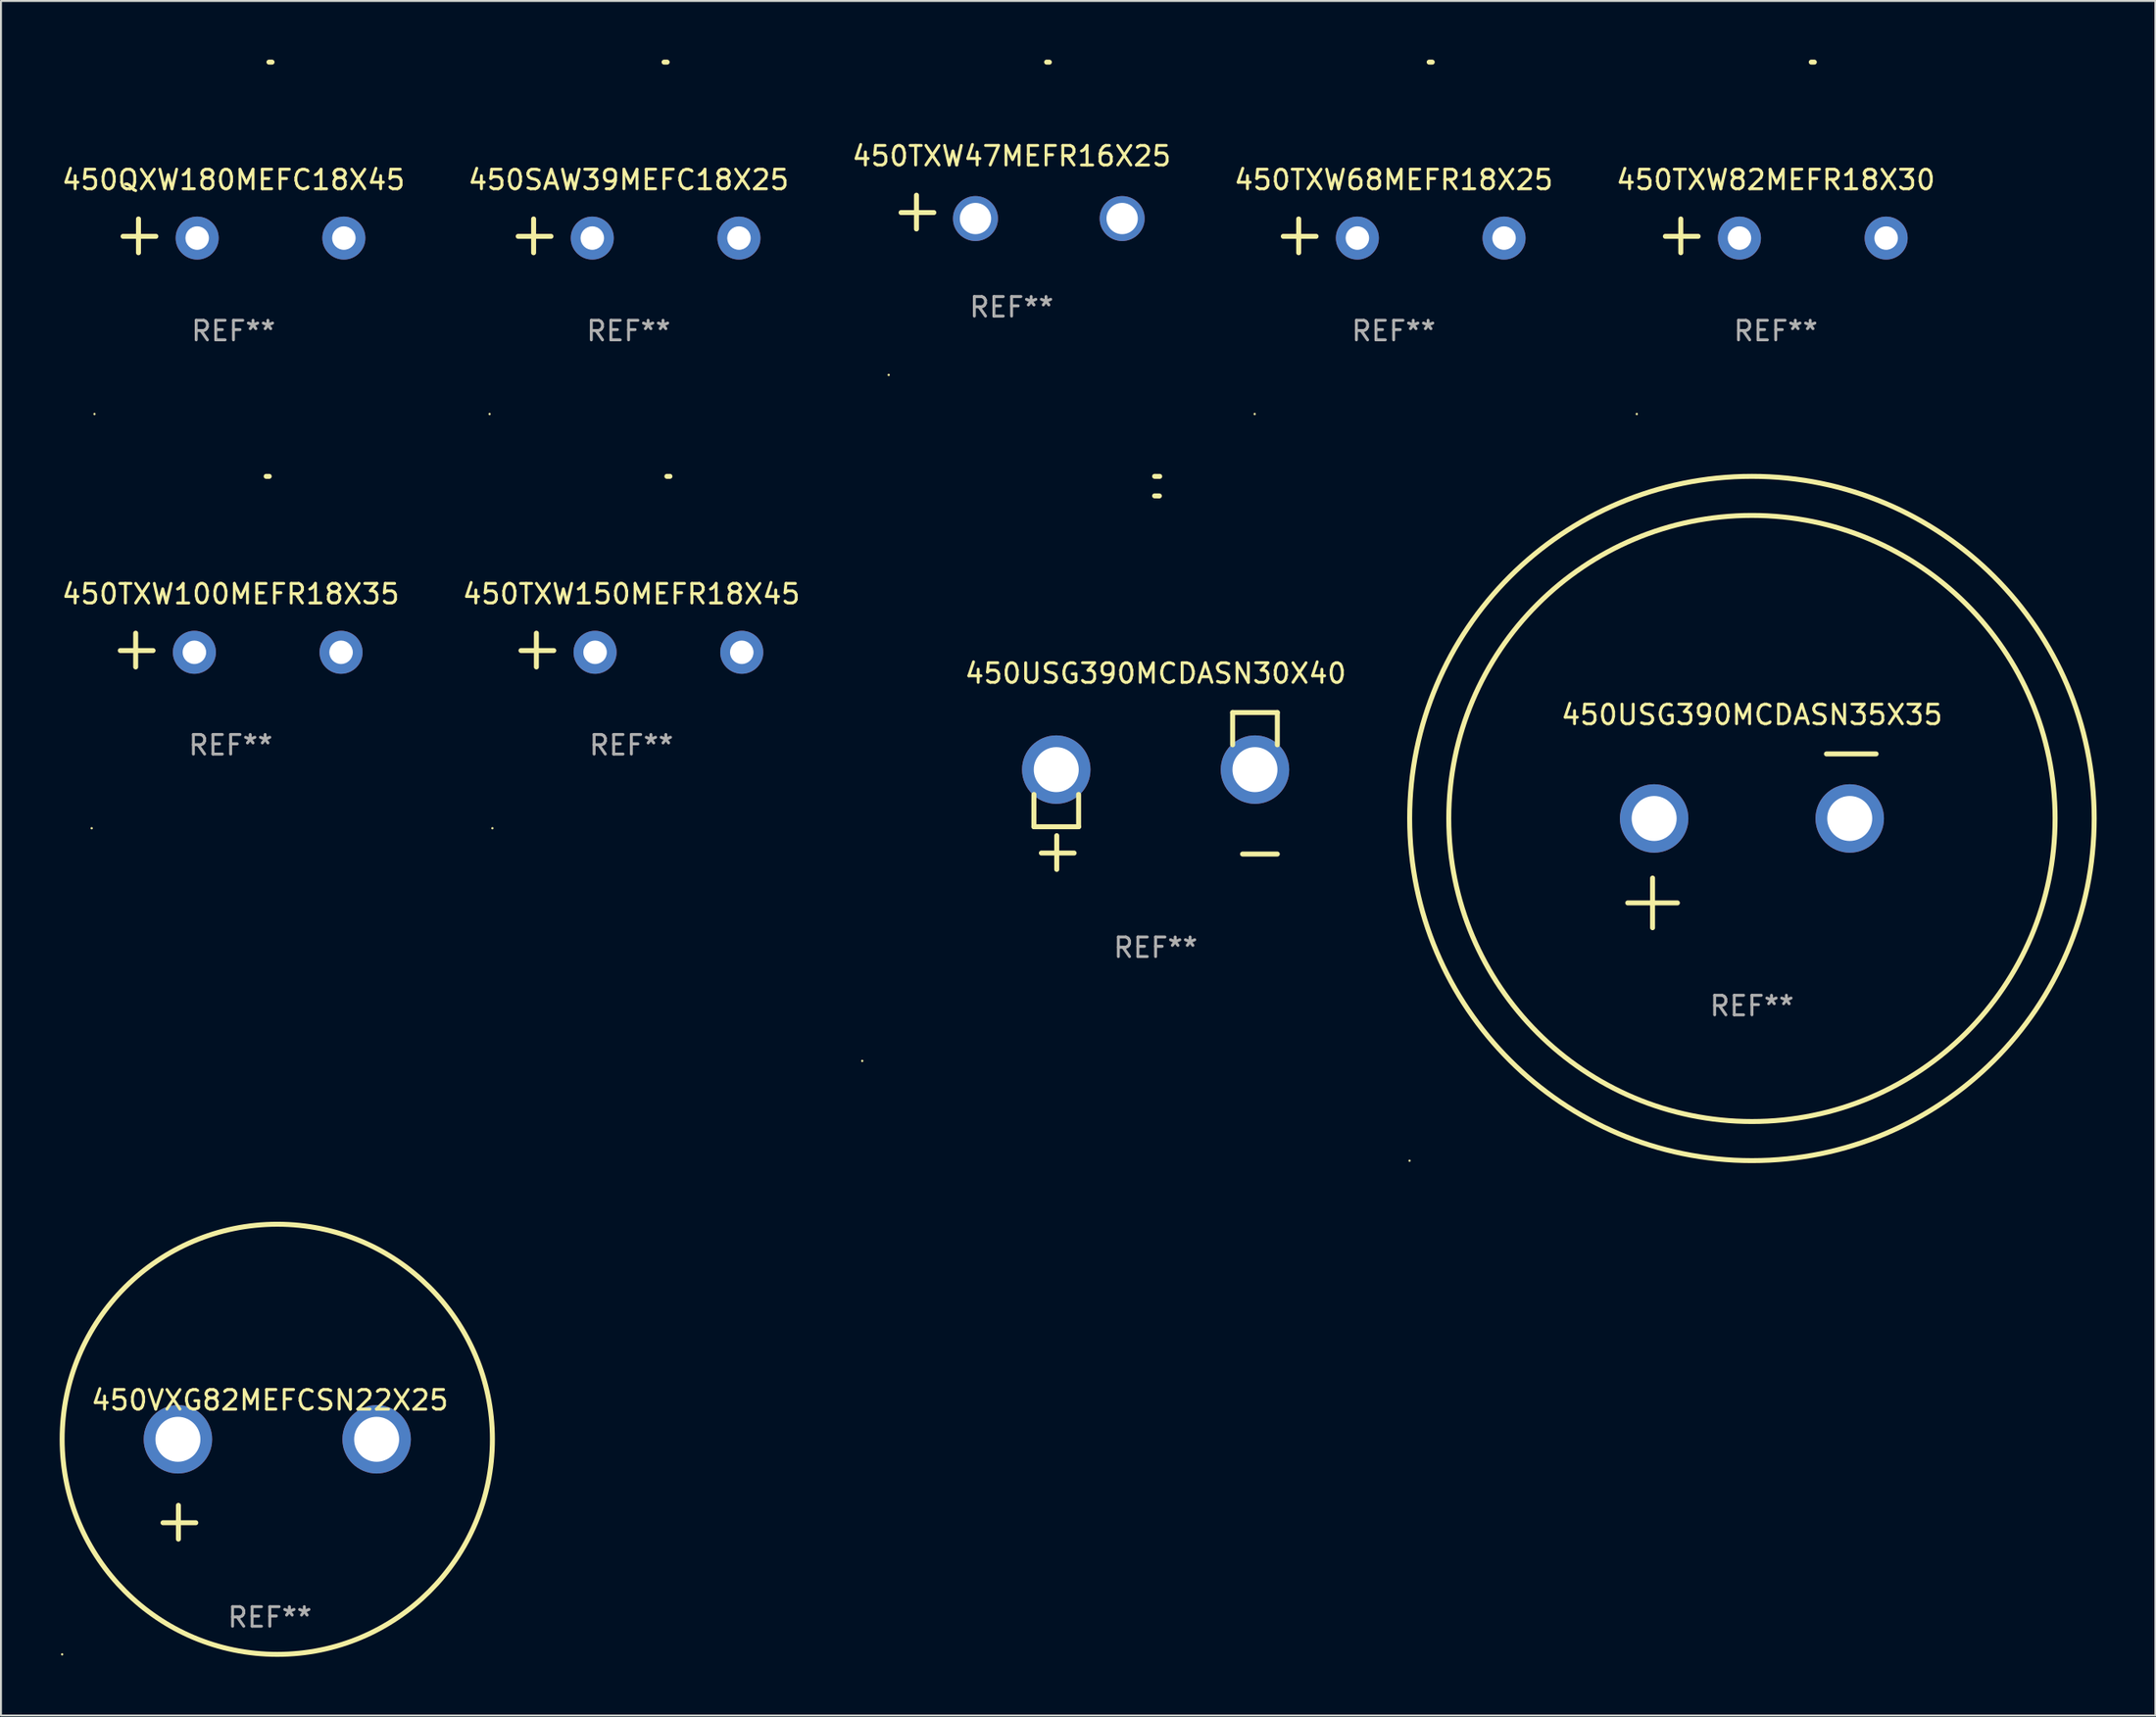
<source format=kicad_pcb>
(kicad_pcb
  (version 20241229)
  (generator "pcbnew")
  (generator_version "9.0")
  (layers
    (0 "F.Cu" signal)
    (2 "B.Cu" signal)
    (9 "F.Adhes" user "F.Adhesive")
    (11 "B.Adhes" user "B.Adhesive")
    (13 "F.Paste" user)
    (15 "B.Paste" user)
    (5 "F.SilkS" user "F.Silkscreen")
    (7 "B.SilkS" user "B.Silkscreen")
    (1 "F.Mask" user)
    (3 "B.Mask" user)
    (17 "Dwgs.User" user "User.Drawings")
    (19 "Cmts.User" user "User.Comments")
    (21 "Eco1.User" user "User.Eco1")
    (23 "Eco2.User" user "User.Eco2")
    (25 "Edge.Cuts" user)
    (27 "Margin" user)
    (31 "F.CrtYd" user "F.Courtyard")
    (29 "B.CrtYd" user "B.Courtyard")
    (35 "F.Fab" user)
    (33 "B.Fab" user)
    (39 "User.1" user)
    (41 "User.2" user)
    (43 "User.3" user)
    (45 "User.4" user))
  (footprint "450USG390MCDASN35X35"
    (layer "F.Cu")
    (at 86.526 39.957)
    (property "Reference" "450USG390MCDASN35X35" (at 0 -6.445 0) (layer "F.SilkS") (effects (font (size 1 1) (thickness 0.15))))
    (attr through_hole)
    (fp_line (start -6.35 3.175) (end -3.81 3.175) (stroke (width 0.254) (type solid)) (layer "F.SilkS"))
    (fp_line (start -5.08 1.905) (end -5.08 4.445) (stroke (width 0.254) (type solid)) (layer "F.SilkS"))
    (fp_line (start 3.81 -4.445) (end 6.35 -4.445) (stroke (width 0.254) (type solid)) (layer "F.SilkS"))
    (fp_circle (center -17.505 16.362) (end -17.475 16.362) (stroke (width 0.06) (type solid)) (fill no) (layer "F.SilkS"))
    (fp_circle (center 0 -1.143) (end 15.5 -1.143) (stroke (width 0.254) (type solid)) (fill no) (layer "F.SilkS"))
    (fp_circle (center 0 -1.143) (end 17.5 -1.143) (stroke (width 0.254) (type solid)) (fill no) (layer "F.SilkS"))
    (fp_text user "REF**" (at 0 8.445 0) (layer "F.Fab") (effects (font (size 1 1) (thickness 0.15))))
    (pad "1" thru_hole circle (at -5 -1.143) (size 3.5 3.5) (drill 2.3) (layers "*.Cu" "*.Mask"))
    (pad "2" thru_hole circle (at 5 -1.143) (size 3.5 3.5) (drill 2.3) (layers "*.Cu" "*.Mask")))
  (footprint "450TXW82MEFR18X30"
    (layer "F.Cu")
    (at 87.744 9.013)
    (property "Reference" "450TXW82MEFR18X30" (at 0 -2.864 0) (layer "F.SilkS") (effects (font (size 1 1) (thickness 0.15))))
    (attr through_hole)
    (fp_line (start -4.856 0.864) (end -4.856 -0.864) (stroke (width 0.254) (type solid)) (layer "F.SilkS"))
    (fp_line (start -3.967 0.025) (end -5.644 0.025) (stroke (width 0.254) (type solid)) (layer "F.SilkS"))
    (fp_arc (start 1.815024 -8.885649) (mid 1.893764 -8.88599) (end 1.972504 -8.885649) (stroke (width 0.254001) (type solid)) (layer "F.SilkS"))
    (fp_circle (center -7.106 9.114) (end -7.076 9.114) (stroke (width 0.06) (type solid)) (fill no) (layer "F.SilkS"))
    (fp_text user "REF**" (at 0 4.864 0) (layer "F.Fab") (effects (font (size 1 1) (thickness 0.15))))
    (pad "1" thru_hole circle (at -1.856 0.114) (size 2.2 2.2) (drill 1.2) (layers "*.Cu" "*.Mask"))
    (pad "2" thru_hole circle (at 5.644 0.114) (size 2.2 2.2) (drill 1.2) (layers "*.Cu" "*.Mask")))
  (footprint "450TXW150MEFR18X45"
    (layer "F.Cu")
    (at 29.232 30.2)
    (property "Reference" "450TXW150MEFR18X45" (at 0 -2.864 0) (layer "F.SilkS") (effects (font (size 1 1) (thickness 0.15))))
    (attr through_hole)
    (fp_line (start -4.856 0.864) (end -4.856 -0.864) (stroke (width 0.254) (type solid)) (layer "F.SilkS"))
    (fp_line (start -3.967 0.025) (end -5.644 0.025) (stroke (width 0.254) (type solid)) (layer "F.SilkS"))
    (fp_arc (start 1.815024 -8.885649) (mid 1.893764 -8.88599) (end 1.972504 -8.885649) (stroke (width 0.254001) (type solid)) (layer "F.SilkS"))
    (fp_circle (center -7.106 9.114) (end -7.076 9.114) (stroke (width 0.06) (type solid)) (fill no) (layer "F.SilkS"))
    (fp_text user "REF**" (at 0 4.864 0) (layer "F.Fab") (effects (font (size 1 1) (thickness 0.15))))
    (pad "1" thru_hole circle (at -1.856 0.114) (size 2.2 2.2) (drill 1.2) (layers "*.Cu" "*.Mask"))
    (pad "2" thru_hole circle (at 5.644 0.114) (size 2.2 2.2) (drill 1.2) (layers "*.Cu" "*.Mask")))
  (footprint "450TXW47MEFR16X25"
    (layer "F.Cu")
    (at 48.673 7.798)
    (property "Reference" "450TXW47MEFR16X25" (at 0 -2.864 0) (layer "F.SilkS") (effects (font (size 1 1) (thickness 0.15))))
    (attr through_hole)
    (fp_line (start -4.864 0.864) (end -4.864 -0.864) (stroke (width 0.254) (type solid)) (layer "F.SilkS"))
    (fp_line (start -3.975 0.025) (end -5.652 0.025) (stroke (width 0.254) (type solid)) (layer "F.SilkS"))
    (fp_arc (start 1.790704 -7.670815) (mid 1.860559 -7.669842) (end 1.930404 -7.668275) (stroke (width 0.254001) (type solid)) (layer "F.SilkS"))
    (fp_circle (center -6.285 8.329) (end -6.255 8.329) (stroke (width 0.06) (type solid)) (fill no) (layer "F.SilkS"))
    (fp_text user "REF**" (at 0 4.864 0) (layer "F.Fab") (effects (font (size 1 1) (thickness 0.15))))
    (pad "1" thru_hole circle (at -1.848 0.33) (size 2.3 2.3) (drill 1.6) (layers "*.Cu" "*.Mask"))
    (pad "2" thru_hole circle (at 5.652 0.33) (size 2.3 2.3) (drill 1.6) (layers "*.Cu" "*.Mask")))
  (footprint "450QXW180MEFC18X45"
    (layer "F.Cu")
    (at 8.887 9.013)
    (property "Reference" "450QXW180MEFC18X45" (at 0 -2.864 0) (layer "F.SilkS") (effects (font (size 1 1) (thickness 0.15))))
    (attr through_hole)
    (fp_line (start -4.856 0.864) (end -4.856 -0.864) (stroke (width 0.254) (type solid)) (layer "F.SilkS"))
    (fp_line (start -3.967 0.025) (end -5.644 0.025) (stroke (width 0.254) (type solid)) (layer "F.SilkS"))
    (fp_arc (start 1.815024 -8.885649) (mid 1.893764 -8.88599) (end 1.972504 -8.885649) (stroke (width 0.254001) (type solid)) (layer "F.SilkS"))
    (fp_circle (center -7.106 9.114) (end -7.076 9.114) (stroke (width 0.06) (type solid)) (fill no) (layer "F.SilkS"))
    (fp_text user "REF**" (at 0 4.864 0) (layer "F.Fab") (effects (font (size 1 1) (thickness 0.15))))
    (pad "1" thru_hole circle (at -1.856 0.114) (size 2.2 2.2) (drill 1.2) (layers "*.Cu" "*.Mask"))
    (pad "2" thru_hole circle (at 5.644 0.114) (size 2.2 2.2) (drill 1.2) (layers "*.Cu" "*.Mask")))
  (footprint "450TXW100MEFR18X35"
    (layer "F.Cu")
    (at 8.744 30.2)
    (property "Reference" "450TXW100MEFR18X35" (at 0 -2.864 0) (layer "F.SilkS") (effects (font (size 1 1) (thickness 0.15))))
    (attr through_hole)
    (fp_line (start -4.856 0.864) (end -4.856 -0.864) (stroke (width 0.254) (type solid)) (layer "F.SilkS"))
    (fp_line (start -3.967 0.025) (end -5.644 0.025) (stroke (width 0.254) (type solid)) (layer "F.SilkS"))
    (fp_arc (start 1.815024 -8.885649) (mid 1.893764 -8.88599) (end 1.972504 -8.885649) (stroke (width 0.254001) (type solid)) (layer "F.SilkS"))
    (fp_circle (center -7.106 9.114) (end -7.076 9.114) (stroke (width 0.06) (type solid)) (fill no) (layer "F.SilkS"))
    (fp_text user "REF**" (at 0 4.864 0) (layer "F.Fab") (effects (font (size 1 1) (thickness 0.15))))
    (pad "1" thru_hole circle (at -1.856 0.114) (size 2.2 2.2) (drill 1.2) (layers "*.Cu" "*.Mask"))
    (pad "2" thru_hole circle (at 5.644 0.114) (size 2.2 2.2) (drill 1.2) (layers "*.Cu" "*.Mask")))
  (footprint "450TXW68MEFR18X25"
    (layer "F.Cu")
    (at 68.208 9.013)
    (property "Reference" "450TXW68MEFR18X25" (at 0 -2.864 0) (layer "F.SilkS") (effects (font (size 1 1) (thickness 0.15))))
    (attr through_hole)
    (fp_line (start -4.856 0.864) (end -4.856 -0.864) (stroke (width 0.254) (type solid)) (layer "F.SilkS"))
    (fp_line (start -3.967 0.025) (end -5.644 0.025) (stroke (width 0.254) (type solid)) (layer "F.SilkS"))
    (fp_arc (start 1.815024 -8.885649) (mid 1.893764 -8.88599) (end 1.972504 -8.885649) (stroke (width 0.254001) (type solid)) (layer "F.SilkS"))
    (fp_circle (center -7.106 9.114) (end -7.076 9.114) (stroke (width 0.06) (type solid)) (fill no) (layer "F.SilkS"))
    (fp_text user "REF**" (at 0 4.864 0) (layer "F.Fab") (effects (font (size 1 1) (thickness 0.15))))
    (pad "1" thru_hole circle (at -1.856 0.114) (size 2.2 2.2) (drill 1.2) (layers "*.Cu" "*.Mask"))
    (pad "2" thru_hole circle (at 5.644 0.114) (size 2.2 2.2) (drill 1.2) (layers "*.Cu" "*.Mask")))
  (footprint "450USG390MCDASN30X40"
    (layer "F.Cu")
    (at 56.036 37.407)
    (property "Reference" "450USG390MCDASN30X40" (at 0 -6.013 0) (layer "F.SilkS") (effects (font (size 1 1) (thickness 0.15))))
    (attr through_hole)
    (fp_line (start -6.223 0.178) (end -6.223 1.829) (stroke (width 0.254) (type solid)) (layer "F.SilkS"))
    (fp_line (start -6.223 1.829) (end -3.937 1.829) (stroke (width 0.254) (type solid)) (layer "F.SilkS"))
    (fp_line (start -5.055 4.013) (end -5.055 2.286) (stroke (width 0.254) (type solid)) (layer "F.SilkS"))
    (fp_line (start -4.166 3.175) (end -5.842 3.175) (stroke (width 0.254) (type solid)) (layer "F.SilkS"))
    (fp_line (start -3.937 1.829) (end -3.937 0.178) (stroke (width 0.254) (type solid)) (layer "F.SilkS"))
    (fp_line (start 3.937 -4.013) (end 3.937 -2.362) (stroke (width 0.254) (type solid)) (layer "F.SilkS"))
    (fp_line (start 6.223 -4.013) (end 3.937 -4.013) (stroke (width 0.254) (type solid)) (layer "F.SilkS"))
    (fp_line (start 6.223 -2.362) (end 6.223 -4.013) (stroke (width 0.254) (type solid)) (layer "F.SilkS"))
    (fp_line (start 6.223 3.226) (end 4.445 3.226) (stroke (width 0.254) (type solid)) (layer "F.SilkS"))
    (fp_arc (start -0.0508 -16.093472) (mid 0.080016 -16.092762) (end 0.210821 -16.090932) (stroke (width 0.254001) (type solid)) (layer "F.SilkS"))
    (fp_arc (start -0.0508 -15.09271) (mid 0.071125 -15.091961) (end 0.19304 -15.09017) (stroke (width 0.254001) (type solid)) (layer "F.SilkS"))
    (fp_circle (center -15 13.808) (end -14.97 13.808) (stroke (width 0.06) (type solid)) (fill no) (layer "F.SilkS"))
    (fp_text user "REF**" (at 0 8.013 0) (layer "F.Fab") (effects (font (size 1 1) (thickness 0.15))))
    (pad "1" thru_hole circle (at -5.08 -1.092) (size 3.5 3.5) (drill 2.3) (layers "*.Cu" "*.Mask"))
    (pad "2" thru_hole circle (at 5.08 -1.092) (size 3.5 3.5) (drill 2.3) (layers "*.Cu" "*.Mask")))
  (footprint "450VXG82MEFCSN22X25"
    (layer "F.Cu")
    (at 10.746 73.121)
    (property "Reference" "450VXG82MEFCSN22X25" (at 0 -4.553 0) (layer "F.SilkS") (effects (font (size 1 1) (thickness 0.15))))
    (attr through_hole)
    (fp_line (start -4.674 2.553) (end -4.674 0.826) (stroke (width 0.254) (type solid)) (layer "F.SilkS"))
    (fp_line (start -3.785 1.715) (end -5.461 1.715) (stroke (width 0.254) (type solid)) (layer "F.SilkS"))
    (fp_circle (center -10.619 8.447) (end -10.589 8.447) (stroke (width 0.06) (type solid)) (fill no) (layer "F.SilkS"))
    (fp_circle (center 0.381 -2.553) (end 11.381 -2.553) (stroke (width 0.254) (type solid)) (fill no) (layer "F.SilkS"))
    (fp_text user "REF**" (at 0 6.553 0) (layer "F.Fab") (effects (font (size 1 1) (thickness 0.15))))
    (pad "1" thru_hole circle (at -4.699 -2.553) (size 3.5 3.5) (drill 2.3) (layers "*.Cu" "*.Mask"))
    (pad "2" thru_hole circle (at 5.461 -2.553) (size 3.5 3.5) (drill 2.3) (layers "*.Cu" "*.Mask")))
  (footprint "450SAW39MEFC18X25"
    (layer "F.Cu")
    (at 29.089 9.013)
    (property "Reference" "450SAW39MEFC18X25" (at 0 -2.864 0) (layer "F.SilkS") (effects (font (size 1 1) (thickness 0.15))))
    (attr through_hole)
    (fp_line (start -4.856 0.864) (end -4.856 -0.864) (stroke (width 0.254) (type solid)) (layer "F.SilkS"))
    (fp_line (start -3.967 0.025) (end -5.644 0.025) (stroke (width 0.254) (type solid)) (layer "F.SilkS"))
    (fp_arc (start 1.815024 -8.885649) (mid 1.893764 -8.88599) (end 1.972504 -8.885649) (stroke (width 0.254001) (type solid)) (layer "F.SilkS"))
    (fp_circle (center -7.106 9.114) (end -7.076 9.114) (stroke (width 0.06) (type solid)) (fill no) (layer "F.SilkS"))
    (fp_text user "REF**" (at 0 4.864 0) (layer "F.Fab") (effects (font (size 1 1) (thickness 0.15))))
    (pad "1" thru_hole circle (at -1.856 0.114) (size 2.2 2.2) (drill 1.2) (layers "*.Cu" "*.Mask"))
    (pad "2" thru_hole circle (at 5.644 0.114) (size 2.2 2.2) (drill 1.2) (layers "*.Cu" "*.Mask")))
  (gr_rect
    (start -3 -3)
    (end 107.154 84.695)
    (stroke (width 0.1) (type default))
    (fill no)
    (layer "Edge.Cuts")))
</source>
